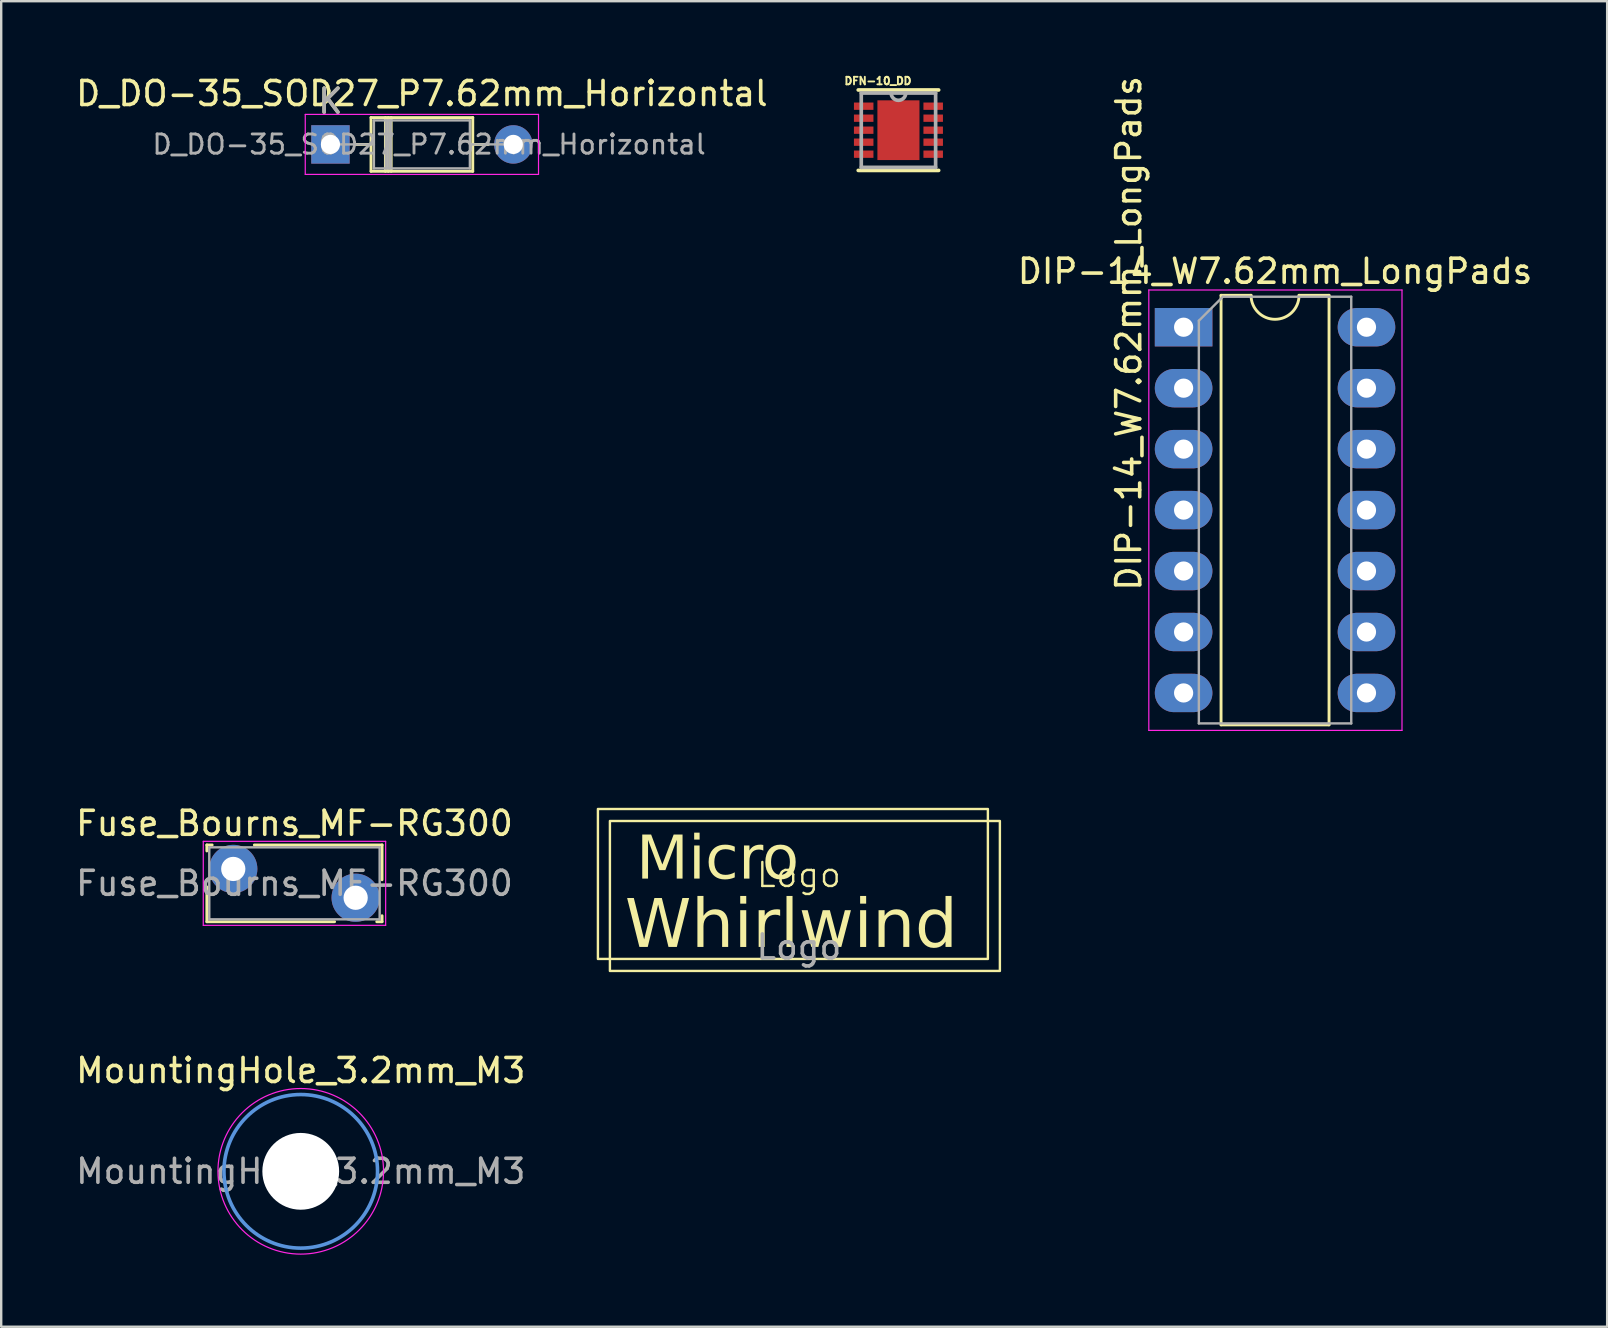
<source format=kicad_pcb>
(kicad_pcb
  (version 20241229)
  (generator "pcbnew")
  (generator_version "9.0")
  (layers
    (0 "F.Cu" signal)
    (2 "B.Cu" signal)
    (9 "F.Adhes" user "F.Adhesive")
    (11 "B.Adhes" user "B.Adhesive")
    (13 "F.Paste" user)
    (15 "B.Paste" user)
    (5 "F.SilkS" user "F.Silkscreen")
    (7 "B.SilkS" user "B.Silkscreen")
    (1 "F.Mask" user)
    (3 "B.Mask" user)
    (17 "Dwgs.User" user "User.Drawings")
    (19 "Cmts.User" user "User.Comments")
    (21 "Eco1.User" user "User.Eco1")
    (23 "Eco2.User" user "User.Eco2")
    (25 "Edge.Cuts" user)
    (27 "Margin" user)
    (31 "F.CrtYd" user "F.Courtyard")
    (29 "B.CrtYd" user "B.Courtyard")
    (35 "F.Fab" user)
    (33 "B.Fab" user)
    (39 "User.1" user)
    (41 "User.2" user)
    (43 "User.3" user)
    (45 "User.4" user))
  (footprint "DIP-14_W7.62mm_LongPads"
    (layer "F.Cu")
    (at 46.271 10.585)
    (property "Reference" "DIP-14_W7.62mm_LongPads" (at 3.81 -2.33 0) (layer "F.SilkS") (effects (font (size 1 1) (thickness 0.15))))
    (attr through_hole)
    (fp_line (start 1.56 -1.33) (end 1.56 16.57) (stroke (width 0.12) (type solid)) (layer "F.SilkS"))
    (fp_line (start 1.56 16.57) (end 6.06 16.57) (stroke (width 0.12) (type solid)) (layer "F.SilkS"))
    (fp_line (start 2.81 -1.33) (end 1.56 -1.33) (stroke (width 0.12) (type solid)) (layer "F.SilkS"))
    (fp_line (start 6.06 -1.33) (end 4.81 -1.33) (stroke (width 0.12) (type solid)) (layer "F.SilkS"))
    (fp_line (start 6.06 16.57) (end 6.06 -1.33) (stroke (width 0.12) (type solid)) (layer "F.SilkS"))
    (fp_arc (start 4.81 -1.33) (mid 3.81 -0.33) (end 2.81 -1.33) (stroke (width 0.12) (type solid)) (layer "F.SilkS"))
    (fp_line (start -1.45 -1.55) (end -1.45 16.8) (stroke (width 0.05) (type solid)) (layer "F.CrtYd"))
    (fp_line (start -1.45 16.8) (end 9.1 16.8) (stroke (width 0.05) (type solid)) (layer "F.CrtYd"))
    (fp_line (start 9.1 -1.55) (end -1.45 -1.55) (stroke (width 0.05) (type solid)) (layer "F.CrtYd"))
    (fp_line (start 9.1 16.8) (end 9.1 -1.55) (stroke (width 0.05) (type solid)) (layer "F.CrtYd"))
    (fp_line (start 0.635 -0.27) (end 1.635 -1.27) (stroke (width 0.1) (type solid)) (layer "F.Fab"))
    (fp_line (start 0.635 16.51) (end 0.635 -0.27) (stroke (width 0.1) (type solid)) (layer "F.Fab"))
    (fp_line (start 1.635 -1.27) (end 6.985 -1.27) (stroke (width 0.1) (type solid)) (layer "F.Fab"))
    (fp_line (start 6.985 -1.27) (end 6.985 16.51) (stroke (width 0.1) (type solid)) (layer "F.Fab"))
    (fp_line (start 6.985 16.51) (end 0.635 16.51) (stroke (width 0.1) (type solid)) (layer "F.Fab"))
    (fp_text user "${REFERENCE}" (at -2.286 0.254 90) (layer "F.SilkS") (effects (font (size 1 1) (thickness 0.15))))
    (pad "1" thru_hole rect (at 0 0) (size 2.4 1.6) (drill 0.8) (layers "*.Cu" "*.Mask"))
    (pad "2" thru_hole oval (at 0 2.54) (size 2.4 1.6) (drill 0.8) (layers "*.Cu" "*.Mask"))
    (pad "3" thru_hole oval (at 0 5.08) (size 2.4 1.6) (drill 0.8) (layers "*.Cu" "*.Mask"))
    (pad "4" thru_hole oval (at 0 7.62) (size 2.4 1.6) (drill 0.8) (layers "*.Cu" "*.Mask"))
    (pad "5" thru_hole oval (at 0 10.16) (size 2.4 1.6) (drill 0.8) (layers "*.Cu" "*.Mask"))
    (pad "6" thru_hole oval (at 0 12.7) (size 2.4 1.6) (drill 0.8) (layers "*.Cu" "*.Mask"))
    (pad "7" thru_hole oval (at 0 15.24) (size 2.4 1.6) (drill 0.8) (layers "*.Cu" "*.Mask"))
    (pad "8" thru_hole oval (at 7.62 15.24) (size 2.4 1.6) (drill 0.8) (layers "*.Cu" "*.Mask"))
    (pad "9" thru_hole oval (at 7.62 12.7) (size 2.4 1.6) (drill 0.8) (layers "*.Cu" "*.Mask"))
    (pad "10" thru_hole oval (at 7.62 10.16) (size 2.4 1.6) (drill 0.8) (layers "*.Cu" "*.Mask"))
    (pad "11" thru_hole oval (at 7.62 7.62) (size 2.4 1.6) (drill 0.8) (layers "*.Cu" "*.Mask"))
    (pad "12" thru_hole oval (at 7.62 5.08) (size 2.4 1.6) (drill 0.8) (layers "*.Cu" "*.Mask"))
    (pad "13" thru_hole oval (at 7.62 2.54) (size 2.4 1.6) (drill 0.8) (layers "*.Cu" "*.Mask"))
    (pad "14" thru_hole oval (at 7.62 0) (size 2.4 1.6) (drill 0.8) (layers "*.Cu" "*.Mask")))
  (footprint "DFN-10_DD"
    (layer "F.Cu")
    (at 34.388 2.375)
    (property "Reference" "DFN-10_DD" (at -0.854 -2.052 0) (layer "F.SilkS") (effects (font (size 0.315 0.315) (thickness 0.15))))
    (attr smd)
    (fp_line (start -1.676 1.676) (end 1.676 1.676) (stroke (width 0.152) (type solid)) (layer "F.SilkS"))
    (fp_line (start 1.676 -1.676) (end -1.676 -1.676) (stroke (width 0.152) (type solid)) (layer "F.SilkS"))
    (fp_poly (pts (xy -0.876 -1.245) (xy -0.876 1.245) (xy 0.876 1.245) (xy 0.876 -1.245)) (stroke (width 0.025) (type solid)) (fill yes) (layer "F.Paste"))
    (fp_line (start -1.549 -1.549) (end -1.549 1.549) (stroke (width 0.152) (type solid)) (layer "F.Fab"))
    (fp_line (start -1.549 1.549) (end 1.549 1.549) (stroke (width 0.152) (type solid)) (layer "F.Fab"))
    (fp_line (start -0.305 -1.549) (end -1.549 -1.549) (stroke (width 0.152) (type solid)) (layer "F.Fab"))
    (fp_line (start 0.305 -1.549) (end -0.305 -1.549) (stroke (width 0.152) (type solid)) (layer "F.Fab"))
    (fp_line (start 1.549 -1.549) (end 0.305 -1.549) (stroke (width 0.152) (type solid)) (layer "F.Fab"))
    (fp_line (start 1.549 1.549) (end 1.549 -1.549) (stroke (width 0.152) (type solid)) (layer "F.Fab"))
    (fp_arc (start 0.3048 -1.5494) (mid 0 -1.2446) (end -0.3048 -1.5494) (stroke (width 0.1524) (type solid)) (layer "F.Fab"))
    (pad "1" smd rect (at -1.448 -1) (size 0.813 0.305) (layers "F.Cu" "F.Mask" "F.Paste"))
    (pad "2" smd rect (at -1.448 -0.5) (size 0.813 0.305) (layers "F.Cu" "F.Mask" "F.Paste"))
    (pad "3" smd rect (at -1.448 0) (size 0.813 0.305) (layers "F.Cu" "F.Mask" "F.Paste"))
    (pad "4" smd rect (at -1.448 0.5) (size 0.813 0.305) (layers "F.Cu" "F.Mask" "F.Paste"))
    (pad "5" smd rect (at -1.448 1) (size 0.813 0.305) (layers "F.Cu" "F.Mask" "F.Paste"))
    (pad "6" smd rect (at 1.448 1) (size 0.813 0.305) (layers "F.Cu" "F.Mask" "F.Paste"))
    (pad "7" smd rect (at 1.448 0.5) (size 0.813 0.305) (layers "F.Cu" "F.Mask" "F.Paste"))
    (pad "8" smd rect (at 1.448 0) (size 0.813 0.305) (layers "F.Cu" "F.Mask" "F.Paste"))
    (pad "9" smd rect (at 1.448 -0.5) (size 0.813 0.305) (layers "F.Cu" "F.Mask" "F.Paste"))
    (pad "10" smd rect (at 1.448 -1) (size 0.813 0.305) (layers "F.Cu" "F.Mask" "F.Paste"))
    (pad "11" smd rect (at 0 0) (size 1.753 2.489) (layers "F.Cu" "F.Mask")))
  (footprint "Fuse_Bourns_MF-RG300"
    (layer "F.Cu")
    (at 6.67 33.159)
    (property "Reference" "Fuse_Bourns_MF-RG300" (at 2.55 -1.9 0) (layer "F.SilkS") (effects (font (size 1 1) (thickness 0.15))))
    (attr through_hole)
    (fp_line (start -1.1 -1) (end -1.1 -0.75) (stroke (width 0.12) (type solid)) (layer "F.SilkS"))
    (fp_line (start -1.1 -1) (end -0.879 -1) (stroke (width 0.12) (type solid)) (layer "F.SilkS"))
    (fp_line (start -1.1 0.75) (end -1.1 2.2) (stroke (width 0.12) (type solid)) (layer "F.SilkS"))
    (fp_line (start -1.1 2.2) (end 4.222 2.2) (stroke (width 0.12) (type solid)) (layer "F.SilkS"))
    (fp_line (start 0.879 -1) (end 6.2 -1) (stroke (width 0.12) (type solid)) (layer "F.SilkS"))
    (fp_line (start 5.979 2.2) (end 6.2 2.2) (stroke (width 0.12) (type solid)) (layer "F.SilkS"))
    (fp_line (start 6.2 -1) (end 6.2 0.451) (stroke (width 0.12) (type solid)) (layer "F.SilkS"))
    (fp_line (start 6.2 1.95) (end 6.2 2.2) (stroke (width 0.12) (type solid)) (layer "F.SilkS"))
    (fp_line (start -1.25 -1.15) (end -1.25 2.35) (stroke (width 0.05) (type solid)) (layer "F.CrtYd"))
    (fp_line (start -1.25 2.35) (end 6.35 2.35) (stroke (width 0.05) (type solid)) (layer "F.CrtYd"))
    (fp_line (start 6.35 -1.15) (end -1.25 -1.15) (stroke (width 0.05) (type solid)) (layer "F.CrtYd"))
    (fp_line (start 6.35 2.35) (end 6.35 -1.15) (stroke (width 0.05) (type solid)) (layer "F.CrtYd"))
    (fp_line (start -1 -0.9) (end -1 2.1) (stroke (width 0.1) (type solid)) (layer "F.Fab"))
    (fp_line (start -1 2.1) (end 6.1 2.1) (stroke (width 0.1) (type solid)) (layer "F.Fab"))
    (fp_line (start 6.1 -0.9) (end -1 -0.9) (stroke (width 0.1) (type solid)) (layer "F.Fab"))
    (fp_line (start 6.1 2.1) (end 6.1 -0.9) (stroke (width 0.1) (type solid)) (layer "F.Fab"))
    (fp_text user "${REFERENCE}" (at 2.55 0.6 0) (layer "F.Fab") (effects (font (size 1 1) (thickness 0.15))))
    (pad "1" thru_hole circle (at 0 0) (size 2.01 2.01) (drill 1.01) (layers "*.Cu" "*.Mask"))
    (pad "2" thru_hole circle (at 5.1 1.2) (size 2.01 2.01) (drill 1.01) (layers "*.Cu" "*.Mask")))
  (footprint "MountingHole_3.2mm_M3"
    (layer "F.Cu")
    (at 9.482 45.759)
    (property "Reference" "MountingHole_3.2mm_M3" (at 0 -4.2 0) (layer "F.SilkS") (effects (font (size 1 1) (thickness 0.15))))
    (attr exclude_from_pos_files)
    (fp_circle (center 0 0) (end 3.2 0) (stroke (width 0.15) (type solid)) (fill no) (layer "Cmts.User"))
    (fp_circle (center 0 0) (end 3.45 0) (stroke (width 0.05) (type solid)) (fill no) (layer "F.CrtYd"))
    (fp_text user "${REFERENCE}" (at 0 0 0) (layer "F.Fab") (effects (font (size 1 1) (thickness 0.15))))
    (pad "" np_thru_hole circle (at 0 0) (size 3.2 3.2) (drill 3.2) (layers "*.Cu" "*.Mask")))
  (footprint "Logo"
    (layer "F.Cu")
    (at 30.24 33.91)
    (property "Reference" "Logo" (at 0 -0.5 0) (unlocked yes) (layer "F.SilkS") (effects (font (size 1 1) (thickness 0.1))))
    (attr smd)
    (fp_rect (start -8.375 -3.25) (end 7.875 3) (stroke (width 0.1) (type default)) (fill no) (layer "F.SilkS"))
    (fp_rect (start -7.875 -2.75) (end 8.375 3.5) (stroke (width 0.1) (type default)) (fill no) (layer "F.SilkS"))
    (fp_text user "${REFERENCE}" (at 0 2.5 0) (unlocked yes) (layer "F.Fab") (effects (font (size 1 1) (thickness 0.15))))
    (fp_text_box "Whirlwind" (start -8.75 -1) (end 12.25 3.75) (margins 1.55 1.55 1.55 1.55) (layer "F.SilkS") (effects (font (face "HFF Zeldom Zen") (size 2 2) (thickness 0.1)) (justify left top)) (border no) (stroke (width 0.1) (type solid)))
    (fp_text_box "Micro" (start -8.125 -3.5) (end 2.125 1) (margins 1.35 1.35 1.35 1.35) (layer "F.SilkS") (effects (font (face "Harlow Solid Italic") (size 1.8 1.8) (thickness 0.1)) (justify left top)) (border no) (stroke (width 0) (type solid))))
  (footprint "D_DO-35_SOD27_P7.62mm_Horizontal"
    (layer "F.Cu")
    (at 10.72 2.968)
    (property "Reference" "D_DO-35_SOD27_P7.62mm_Horizontal" (at 3.81 -2.12 0) (layer "F.SilkS") (effects (font (size 1 1) (thickness 0.15))))
    (attr through_hole)
    (fp_line (start 1.04 0) (end 1.69 0) (stroke (width 0.12) (type solid)) (layer "F.SilkS"))
    (fp_line (start 1.69 -1.12) (end 1.69 1.12) (stroke (width 0.12) (type solid)) (layer "F.SilkS"))
    (fp_line (start 1.69 1.12) (end 5.93 1.12) (stroke (width 0.12) (type solid)) (layer "F.SilkS"))
    (fp_line (start 2.29 -1.12) (end 2.29 1.12) (stroke (width 0.12) (type solid)) (layer "F.SilkS"))
    (fp_line (start 2.41 -1.12) (end 2.41 1.12) (stroke (width 0.12) (type solid)) (layer "F.SilkS"))
    (fp_line (start 2.53 -1.12) (end 2.53 1.12) (stroke (width 0.12) (type solid)) (layer "F.SilkS"))
    (fp_line (start 5.93 -1.12) (end 1.69 -1.12) (stroke (width 0.12) (type solid)) (layer "F.SilkS"))
    (fp_line (start 5.93 1.12) (end 5.93 -1.12) (stroke (width 0.12) (type solid)) (layer "F.SilkS"))
    (fp_line (start 6.58 0) (end 5.93 0) (stroke (width 0.12) (type solid)) (layer "F.SilkS"))
    (fp_line (start -1.05 -1.25) (end -1.05 1.25) (stroke (width 0.05) (type solid)) (layer "F.CrtYd"))
    (fp_line (start -1.05 1.25) (end 8.67 1.25) (stroke (width 0.05) (type solid)) (layer "F.CrtYd"))
    (fp_line (start 8.67 -1.25) (end -1.05 -1.25) (stroke (width 0.05) (type solid)) (layer "F.CrtYd"))
    (fp_line (start 8.67 1.25) (end 8.67 -1.25) (stroke (width 0.05) (type solid)) (layer "F.CrtYd"))
    (fp_line (start 0 0) (end 1.81 0) (stroke (width 0.1) (type solid)) (layer "F.Fab"))
    (fp_line (start 1.81 -1) (end 1.81 1) (stroke (width 0.1) (type solid)) (layer "F.Fab"))
    (fp_line (start 1.81 1) (end 5.81 1) (stroke (width 0.1) (type solid)) (layer "F.Fab"))
    (fp_line (start 2.31 -1) (end 2.31 1) (stroke (width 0.1) (type solid)) (layer "F.Fab"))
    (fp_line (start 2.41 -1) (end 2.41 1) (stroke (width 0.1) (type solid)) (layer "F.Fab"))
    (fp_line (start 2.51 -1) (end 2.51 1) (stroke (width 0.1) (type solid)) (layer "F.Fab"))
    (fp_line (start 5.81 -1) (end 1.81 -1) (stroke (width 0.1) (type solid)) (layer "F.Fab"))
    (fp_line (start 5.81 1) (end 5.81 -1) (stroke (width 0.1) (type solid)) (layer "F.Fab"))
    (fp_line (start 7.62 0) (end 5.81 0) (stroke (width 0.1) (type solid)) (layer "F.Fab"))
    (fp_text user "K" (at 0 -1.8 0) (layer "F.SilkS") (effects (font (size 1 1) (thickness 0.15))))
    (fp_text user "${REFERENCE}" (at 4.11 0 0) (layer "F.Fab") (effects (font (size 0.8 0.8) (thickness 0.12))))
    (fp_text user "K" (at 0 -1.8 0) (layer "F.Fab") (effects (font (size 1 1) (thickness 0.15))))
    (pad "1" thru_hole rect (at 0 0) (size 1.6 1.6) (drill 0.8) (layers "*.Cu" "*.Mask"))
    (pad "2" thru_hole oval (at 7.62 0) (size 1.6 1.6) (drill 0.8) (layers "*.Cu" "*.Mask")))
  (gr_rect
    (start -3 -3)
    (end 63.92 52.234)
    (stroke (width 0.1) (type default))
    (fill no)
    (layer "Edge.Cuts")))
</source>
